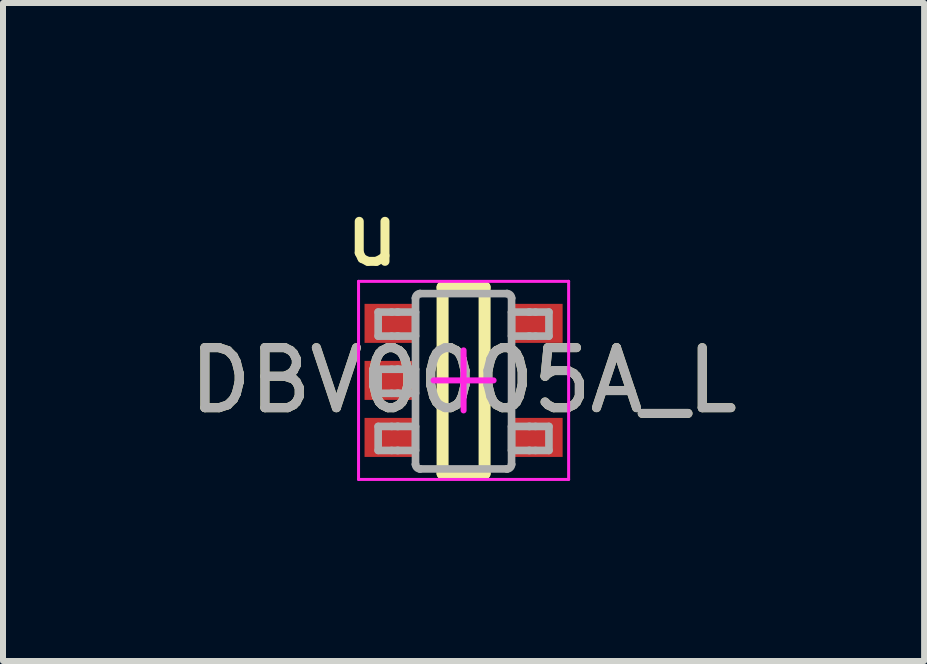
<source format=kicad_pcb>
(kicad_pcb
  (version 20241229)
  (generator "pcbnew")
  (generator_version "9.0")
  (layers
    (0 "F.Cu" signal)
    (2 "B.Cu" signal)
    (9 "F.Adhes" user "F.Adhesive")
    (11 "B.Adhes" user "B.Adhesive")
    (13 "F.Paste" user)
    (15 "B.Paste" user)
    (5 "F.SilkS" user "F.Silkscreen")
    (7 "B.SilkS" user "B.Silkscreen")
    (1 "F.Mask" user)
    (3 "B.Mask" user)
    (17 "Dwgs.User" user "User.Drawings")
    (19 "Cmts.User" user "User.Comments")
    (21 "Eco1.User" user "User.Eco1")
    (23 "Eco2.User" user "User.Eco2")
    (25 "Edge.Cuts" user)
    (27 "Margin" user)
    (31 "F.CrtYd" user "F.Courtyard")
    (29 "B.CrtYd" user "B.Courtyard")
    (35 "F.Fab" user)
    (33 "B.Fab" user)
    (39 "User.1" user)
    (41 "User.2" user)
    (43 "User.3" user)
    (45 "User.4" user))
  (footprint "DBV0005A_L"
    (layer "F.Cu")
    (at 4.673 3.287)
    (property "Reference" "DBV0005A_L" (at 0 0 0) (unlocked yes) (layer "F.SilkS") (effects (font (size 1 1) (thickness 0.15))))
    (attr smd)
    (fp_line (start -0.35 -1.55) (end 0.35 -1.55) (stroke (width 0.2) (type solid)) (layer "F.SilkS"))
    (fp_line (start -0.35 1.55) (end -0.35 -1.55) (stroke (width 0.2) (type solid)) (layer "F.SilkS"))
    (fp_line (start -0.35 1.55) (end 0.35 1.55) (stroke (width 0.2) (type solid)) (layer "F.SilkS"))
    (fp_line (start 0.35 1.55) (end 0.35 -1.55) (stroke (width 0.2) (type solid)) (layer "F.SilkS"))
    (fp_line (start -1.75 -1.65) (end 1.75 -1.65) (stroke (width 0.05) (type solid)) (layer "F.CrtYd"))
    (fp_line (start -1.75 1.65) (end -1.75 -1.65) (stroke (width 0.05) (type solid)) (layer "F.CrtYd"))
    (fp_line (start -1.75 1.65) (end 1.75 1.65) (stroke (width 0.05) (type solid)) (layer "F.CrtYd"))
    (fp_line (start -0.5 0) (end 0.5 0) (stroke (width 0.1) (type solid)) (layer "F.CrtYd"))
    (fp_line (start 0 0.5) (end 0 -0.5) (stroke (width 0.1) (type solid)) (layer "F.CrtYd"))
    (fp_line (start 1.75 1.65) (end 1.75 -1.65) (stroke (width 0.05) (type solid)) (layer "F.CrtYd"))
    (fp_line (start -1.423 -1.138) (end -1.199 -1.138) (stroke (width 0.127) (type solid)) (layer "F.Fab"))
    (fp_line (start -1.423 -0.738) (end -1.423 -1.138) (stroke (width 0.127) (type solid)) (layer "F.Fab"))
    (fp_line (start -1.423 -0.738) (end -1.199 -0.738) (stroke (width 0.127) (type solid)) (layer "F.Fab"))
    (fp_line (start -1.423 -0.186) (end -1.199 -0.186) (stroke (width 0.127) (type solid)) (layer "F.Fab"))
    (fp_line (start -1.423 0.215) (end -1.423 -0.186) (stroke (width 0.127) (type solid)) (layer "F.Fab"))
    (fp_line (start -1.423 0.215) (end -1.199 0.215) (stroke (width 0.127) (type solid)) (layer "F.Fab"))
    (fp_line (start -1.423 0.767) (end -1.199 0.767) (stroke (width 0.127) (type solid)) (layer "F.Fab"))
    (fp_line (start -1.423 1.167) (end -1.423 0.767) (stroke (width 0.127) (type solid)) (layer "F.Fab"))
    (fp_line (start -1.423 1.167) (end -1.199 1.167) (stroke (width 0.127) (type solid)) (layer "F.Fab"))
    (fp_line (start -1.199 -1.138) (end -1.105 -1.138) (stroke (width 0.127) (type solid)) (layer "F.Fab"))
    (fp_line (start -1.199 -0.738) (end -1.105 -0.738) (stroke (width 0.127) (type solid)) (layer "F.Fab"))
    (fp_line (start -1.199 -0.186) (end -1.105 -0.186) (stroke (width 0.127) (type solid)) (layer "F.Fab"))
    (fp_line (start -1.199 0.215) (end -1.105 0.215) (stroke (width 0.127) (type solid)) (layer "F.Fab"))
    (fp_line (start -1.199 0.767) (end -1.105 0.767) (stroke (width 0.127) (type solid)) (layer "F.Fab"))
    (fp_line (start -1.199 1.167) (end -1.105 1.167) (stroke (width 0.127) (type solid)) (layer "F.Fab"))
    (fp_line (start -1.105 -1.138) (end -1.088 -1.138) (stroke (width 0.127) (type solid)) (layer "F.Fab"))
    (fp_line (start -1.105 -0.738) (end -1.088 -0.738) (stroke (width 0.127) (type solid)) (layer "F.Fab"))
    (fp_line (start -1.105 -0.186) (end -1.088 -0.186) (stroke (width 0.127) (type solid)) (layer "F.Fab"))
    (fp_line (start -1.105 0.215) (end -1.088 0.215) (stroke (width 0.127) (type solid)) (layer "F.Fab"))
    (fp_line (start -1.105 0.767) (end -1.088 0.767) (stroke (width 0.127) (type solid)) (layer "F.Fab"))
    (fp_line (start -1.105 1.167) (end -1.088 1.167) (stroke (width 0.127) (type solid)) (layer "F.Fab"))
    (fp_line (start -1.088 -1.138) (end -0.835 -1.138) (stroke (width 0.127) (type solid)) (layer "F.Fab"))
    (fp_line (start -1.088 -0.738) (end -0.835 -0.738) (stroke (width 0.127) (type solid)) (layer "F.Fab"))
    (fp_line (start -1.088 -0.186) (end -0.835 -0.186) (stroke (width 0.127) (type solid)) (layer "F.Fab"))
    (fp_line (start -1.088 0.215) (end -0.835 0.215) (stroke (width 0.127) (type solid)) (layer "F.Fab"))
    (fp_line (start -1.088 0.767) (end -0.835 0.767) (stroke (width 0.127) (type solid)) (layer "F.Fab"))
    (fp_line (start -1.088 1.167) (end -0.835 1.167) (stroke (width 0.127) (type solid)) (layer "F.Fab"))
    (fp_line (start -0.835 -1.138) (end -0.801 -1.138) (stroke (width 0.127) (type solid)) (layer "F.Fab"))
    (fp_line (start -0.835 -0.738) (end -0.801 -0.738) (stroke (width 0.127) (type solid)) (layer "F.Fab"))
    (fp_line (start -0.835 -0.186) (end -0.801 -0.186) (stroke (width 0.127) (type solid)) (layer "F.Fab"))
    (fp_line (start -0.835 0.215) (end -0.801 0.215) (stroke (width 0.127) (type solid)) (layer "F.Fab"))
    (fp_line (start -0.835 0.767) (end -0.801 0.767) (stroke (width 0.127) (type solid)) (layer "F.Fab"))
    (fp_line (start -0.835 1.167) (end -0.801 1.167) (stroke (width 0.127) (type solid)) (layer "F.Fab"))
    (fp_line (start -0.801 -1.37) (end -0.801 -1.371) (stroke (width 0.127) (type solid)) (layer "F.Fab"))
    (fp_line (start -0.801 -0.738) (end -0.801 -1.138) (stroke (width 0.127) (type solid)) (layer "F.Fab"))
    (fp_line (start -0.801 0.215) (end -0.801 -0.186) (stroke (width 0.127) (type solid)) (layer "F.Fab"))
    (fp_line (start -0.801 1.167) (end -0.801 0.767) (stroke (width 0.127) (type solid)) (layer "F.Fab"))
    (fp_line (start -0.801 1.399) (end -0.801 -1.37) (stroke (width 0.127) (type solid)) (layer "F.Fab"))
    (fp_line (start -0.801 1.4) (end -0.801 1.399) (stroke (width 0.127) (type solid)) (layer "F.Fab"))
    (fp_line (start -0.725 -1.446) (end -0.725 -1.446) (stroke (width 0.127) (type solid)) (layer "F.Fab"))
    (fp_line (start -0.725 1.475) (end -0.725 1.475) (stroke (width 0.127) (type solid)) (layer "F.Fab"))
    (fp_line (start -0.725 -1.446) (end 0.723 -1.446) (stroke (width 0.127) (type solid)) (layer "F.Fab"))
    (fp_line (start -0.725 1.475) (end 0.723 1.475) (stroke (width 0.127) (type solid)) (layer "F.Fab"))
    (fp_line (start 0.723 -1.446) (end 0.724 -1.446) (stroke (width 0.127) (type solid)) (layer "F.Fab"))
    (fp_line (start 0.723 1.475) (end 0.724 1.475) (stroke (width 0.127) (type solid)) (layer "F.Fab"))
    (fp_line (start 0.799 -1.37) (end 0.799 -1.371) (stroke (width 0.127) (type solid)) (layer "F.Fab"))
    (fp_line (start 0.799 -1.138) (end 0.834 -1.138) (stroke (width 0.127) (type solid)) (layer "F.Fab"))
    (fp_line (start 0.799 -0.738) (end 0.799 -1.138) (stroke (width 0.127) (type solid)) (layer "F.Fab"))
    (fp_line (start 0.799 -0.738) (end 0.834 -0.738) (stroke (width 0.127) (type solid)) (layer "F.Fab"))
    (fp_line (start 0.799 0.767) (end 0.834 0.767) (stroke (width 0.127) (type solid)) (layer "F.Fab"))
    (fp_line (start 0.799 1.167) (end 0.799 0.767) (stroke (width 0.127) (type solid)) (layer "F.Fab"))
    (fp_line (start 0.799 1.167) (end 0.834 1.167) (stroke (width 0.127) (type solid)) (layer "F.Fab"))
    (fp_line (start 0.799 1.399) (end 0.799 -1.37) (stroke (width 0.127) (type solid)) (layer "F.Fab"))
    (fp_line (start 0.799 1.4) (end 0.799 1.399) (stroke (width 0.127) (type solid)) (layer "F.Fab"))
    (fp_line (start 0.834 -1.138) (end 1.087 -1.138) (stroke (width 0.127) (type solid)) (layer "F.Fab"))
    (fp_line (start 0.834 -0.738) (end 1.087 -0.738) (stroke (width 0.127) (type solid)) (layer "F.Fab"))
    (fp_line (start 0.834 0.767) (end 1.087 0.767) (stroke (width 0.127) (type solid)) (layer "F.Fab"))
    (fp_line (start 0.834 1.167) (end 1.087 1.167) (stroke (width 0.127) (type solid)) (layer "F.Fab"))
    (fp_line (start 1.087 -1.138) (end 1.103 -1.138) (stroke (width 0.127) (type solid)) (layer "F.Fab"))
    (fp_line (start 1.087 -0.738) (end 1.103 -0.738) (stroke (width 0.127) (type solid)) (layer "F.Fab"))
    (fp_line (start 1.087 0.767) (end 1.103 0.767) (stroke (width 0.127) (type solid)) (layer "F.Fab"))
    (fp_line (start 1.087 1.167) (end 1.103 1.167) (stroke (width 0.127) (type solid)) (layer "F.Fab"))
    (fp_line (start 1.103 -1.138) (end 1.198 -1.138) (stroke (width 0.127) (type solid)) (layer "F.Fab"))
    (fp_line (start 1.103 -0.738) (end 1.198 -0.738) (stroke (width 0.127) (type solid)) (layer "F.Fab"))
    (fp_line (start 1.103 0.767) (end 1.198 0.767) (stroke (width 0.127) (type solid)) (layer "F.Fab"))
    (fp_line (start 1.103 1.167) (end 1.198 1.167) (stroke (width 0.127) (type solid)) (layer "F.Fab"))
    (fp_line (start 1.198 -1.138) (end 1.422 -1.138) (stroke (width 0.127) (type solid)) (layer "F.Fab"))
    (fp_line (start 1.198 -0.738) (end 1.422 -0.738) (stroke (width 0.127) (type solid)) (layer "F.Fab"))
    (fp_line (start 1.198 0.767) (end 1.422 0.767) (stroke (width 0.127) (type solid)) (layer "F.Fab"))
    (fp_line (start 1.198 1.167) (end 1.422 1.167) (stroke (width 0.127) (type solid)) (layer "F.Fab"))
    (fp_line (start 1.422 -0.738) (end 1.422 -1.138) (stroke (width 0.127) (type solid)) (layer "F.Fab"))
    (fp_line (start 1.422 1.167) (end 1.422 0.767) (stroke (width 0.127) (type solid)) (layer "F.Fab"))
    (fp_arc (start -0.80074 -1.37084) (mid -0.778218 -1.423887) (end -0.724999 -1.445998) (stroke (width 0.127) (type solid)) (layer "F.Fab"))
    (fp_arc (start -0.724999 1.475) (mid -0.778213 1.452901) (end -0.80074 1.399867) (stroke (width 0.127) (type solid)) (layer "F.Fab"))
    (fp_arc (start 0.723714 -1.445998) (mid 0.776933 -1.423887) (end 0.799455 -1.37084) (stroke (width 0.127) (type solid)) (layer "F.Fab"))
    (fp_arc (start 0.799455 1.399868) (mid 0.776927 1.452901) (end 0.723713 1.475) (stroke (width 0.127) (type solid)) (layer "F.Fab"))
    (fp_text user "u" (at -1.524 -2.438 0) (unlocked yes) (layer "F.SilkS") (effects (font (size 1 1) (thickness 0.15))))
    (fp_text user "${REFERENCE}" (at 0 0 0) (unlocked yes) (layer "F.Fab") (effects (font (size 1 1) (thickness 0.15))))
    (pad "1" smd rect (at -1.2 -0.95 90) (size 0.65 0.9) (layers "F.Cu" "F.Mask" "F.Paste"))
    (pad "2" smd rect (at -1.2 0 90) (size 0.65 0.9) (layers "F.Cu" "F.Mask" "F.Paste"))
    (pad "3" smd rect (at -1.2 0.95 90) (size 0.65 0.9) (layers "F.Cu" "F.Mask" "F.Paste"))
    (pad "4" smd rect (at 1.2 0.95 90) (size 0.65 0.9) (layers "F.Cu" "F.Mask" "F.Paste"))
    (pad "5" smd rect (at 1.2 -0.95 90) (size 0.65 0.9) (layers "F.Cu" "F.Mask" "F.Paste")))
  (gr_rect
    (start -3 -3)
    (end 12.345 7.962)
    (stroke (width 0.1) (type default))
    (fill no)
    (layer "Edge.Cuts")))
</source>
